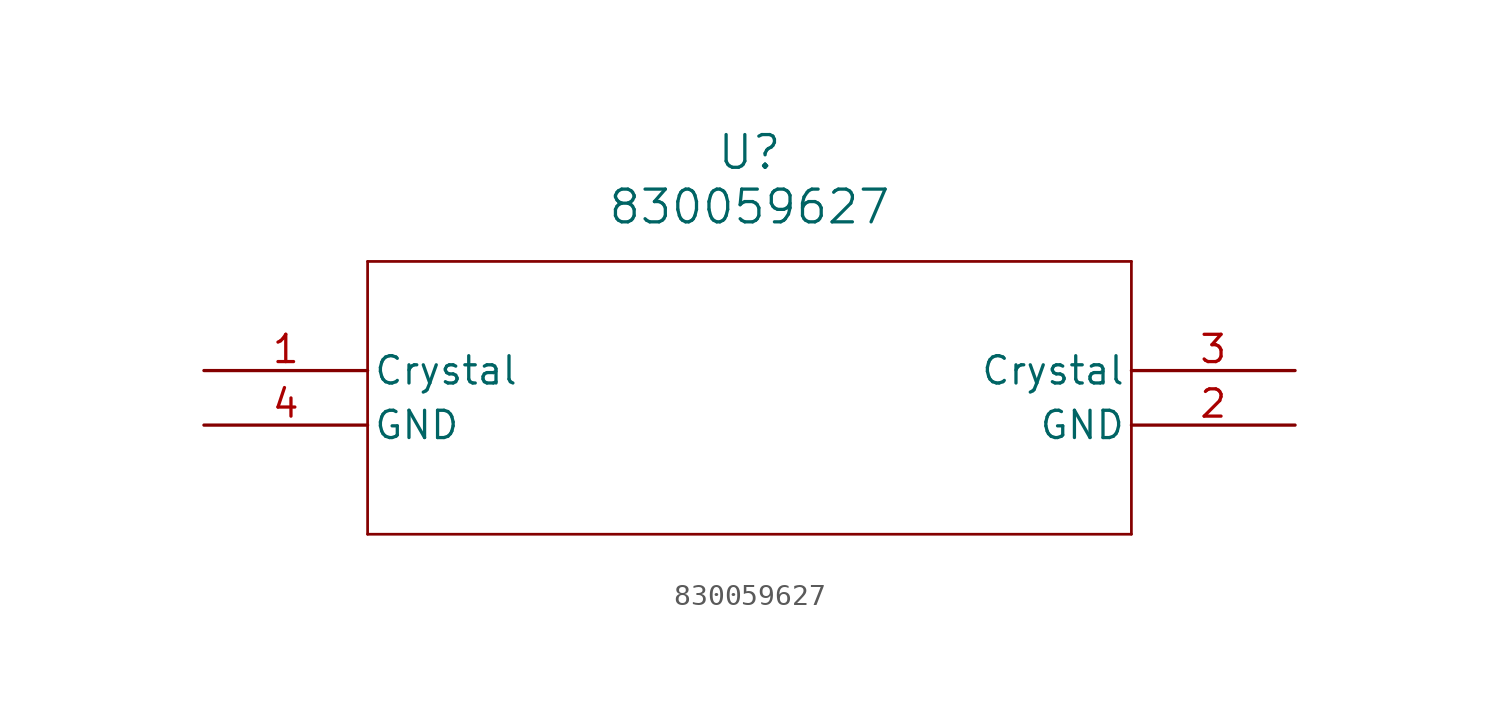
<source format=kicad_sym>
(kicad_symbol_lib
  (version 20211014)
  (generator kicad_symbol_editor)
  (symbol "830059627"
    (pin_names
      (offset 0.254))
    (property "Reference" "U"
      (at 25.4 10.16 0)
      (effects (font (size 1.524 1.524))))
    (property "Value" "830059627"
      (at 25.4 7.62 0)
      (effects (font (size 1.524 1.524))))
    (symbol "830059627_0_1"
      (polyline (pts (xy 7.62 5.08) (xy 7.62 -7.62)) (stroke (width 0.127) (type default) (color 0 0 0 0)) (fill (type none)))
      (polyline (pts (xy 7.62 -7.62) (xy 43.18 -7.62)) (stroke (width 0.127) (type default) (color 0 0 0 0)) (fill (type none)))
      (polyline (pts (xy 43.18 -7.62) (xy 43.18 5.08)) (stroke (width 0.127) (type default) (color 0 0 0 0)) (fill (type none)))
      (polyline (pts (xy 43.18 5.08) (xy 7.62 5.08)) (stroke (width 0.127) (type default) (color 0 0 0 0)) (fill (type none)))
      (pin unspecified line (at 0 0 0) (length 7.62) (name "Crystal" (effects (font (size 1.27 1.27)))) (number "1" (effects (font (size 1.27 1.27)))))
      (pin power_out line (at 50.8 -2.54 180) (length 7.62) (name "GND" (effects (font (size 1.27 1.27)))) (number "2" (effects (font (size 1.27 1.27)))))
      (pin unspecified line (at 50.8 0 180) (length 7.62) (name "Crystal" (effects (font (size 1.27 1.27)))) (number "3" (effects (font (size 1.27 1.27)))))
      (pin power_out line (at 0 -2.54 0) (length 7.62) (name "GND" (effects (font (size 1.27 1.27)))) (number "4" (effects (font (size 1.27 1.27))))))))
</source>
